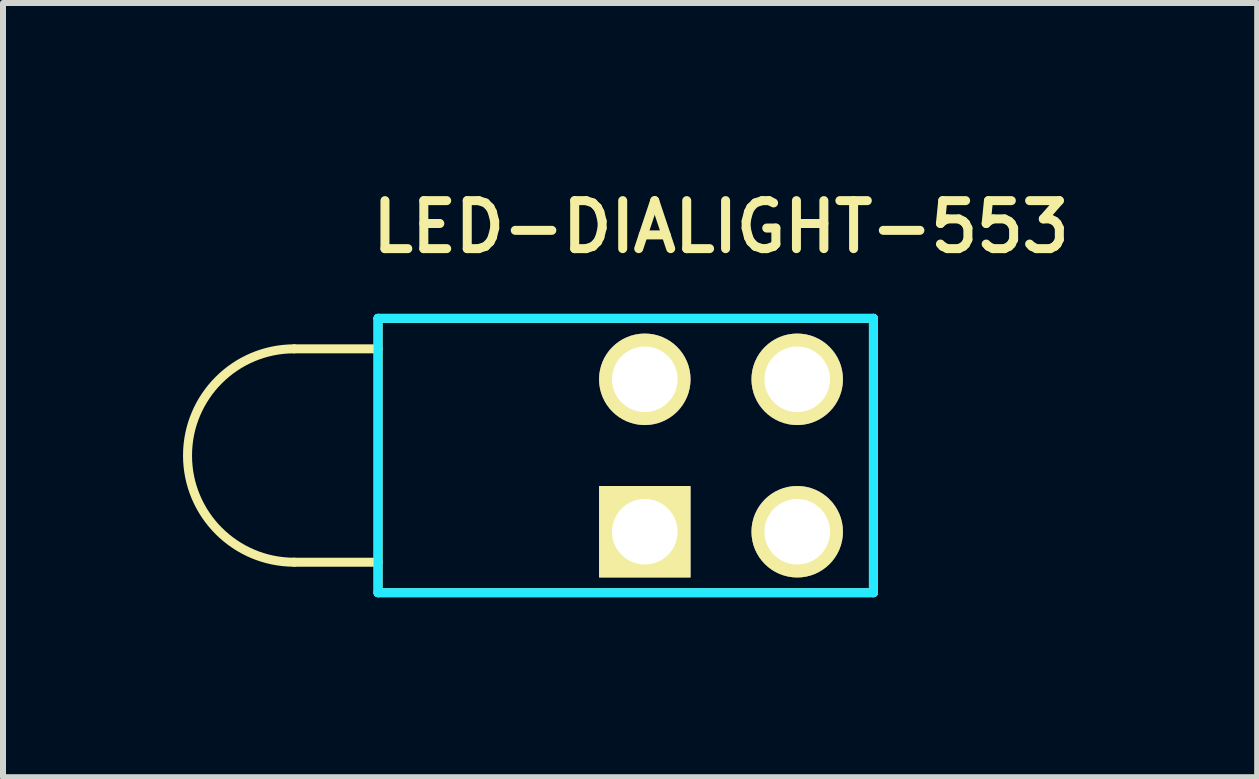
<source format=kicad_pcb>
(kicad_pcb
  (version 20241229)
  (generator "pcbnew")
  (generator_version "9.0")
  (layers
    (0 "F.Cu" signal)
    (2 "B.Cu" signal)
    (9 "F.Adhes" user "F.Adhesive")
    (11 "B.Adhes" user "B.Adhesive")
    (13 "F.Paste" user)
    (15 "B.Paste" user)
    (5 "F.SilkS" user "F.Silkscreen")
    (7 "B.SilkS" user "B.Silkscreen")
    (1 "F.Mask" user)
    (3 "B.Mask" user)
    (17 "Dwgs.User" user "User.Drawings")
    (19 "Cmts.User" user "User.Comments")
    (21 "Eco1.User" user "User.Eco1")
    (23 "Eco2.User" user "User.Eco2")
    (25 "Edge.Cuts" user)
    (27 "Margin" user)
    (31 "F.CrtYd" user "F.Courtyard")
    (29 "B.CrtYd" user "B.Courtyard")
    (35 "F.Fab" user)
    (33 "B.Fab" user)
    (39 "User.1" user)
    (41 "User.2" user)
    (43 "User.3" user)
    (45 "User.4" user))
  (footprint "LED-DIALIGHT-553"
    (layer "F.Cu")
    (at 8.965 4.541)
    (property "Reference" "LED-DIALIGHT-553" (at 0 -3.81 0) (layer "F.SilkS") (effects (font (size 0.8 0.8) (thickness 0.15))))
    (attr through_hole)
    (fp_line (start -5.715 -2.286) (end 2.54 -2.286) (stroke (width 0.15) (type solid)) (layer "F.SilkS"))
    (fp_line (start -5.715 -1.778) (end -7.112 -1.778) (stroke (width 0.15) (type solid)) (layer "F.SilkS"))
    (fp_line (start -5.715 1.778) (end -7.112 1.778) (stroke (width 0.15) (type solid)) (layer "F.SilkS"))
    (fp_line (start -5.715 2.286) (end -5.715 -2.286) (stroke (width 0.15) (type solid)) (layer "F.SilkS"))
    (fp_line (start 2.54 -2.286) (end 2.54 2.286) (stroke (width 0.15) (type solid)) (layer "F.SilkS"))
    (fp_line (start 2.54 2.286) (end -5.715 2.286) (stroke (width 0.15) (type solid)) (layer "F.SilkS"))
    (fp_arc (start -7.112 1.778) (mid -8.89 0) (end -7.112 -1.778) (stroke (width 0.15) (type solid)) (layer "F.SilkS"))
    (fp_line (start -5.715 -2.286) (end 2.54 -2.286) (stroke (width 0.15) (type solid)) (layer "B.CrtYd"))
    (fp_line (start -5.715 2.286) (end -5.715 -2.286) (stroke (width 0.15) (type solid)) (layer "B.CrtYd"))
    (fp_line (start -5.715 2.286) (end 2.54 2.286) (stroke (width 0.15) (type solid)) (layer "B.CrtYd"))
    (fp_line (start 2.54 2.286) (end 2.54 -2.286) (stroke (width 0.15) (type solid)) (layer "B.CrtYd"))
    (pad "1" thru_hole rect (at -1.27 1.27 180) (size 1.524 1.524) (drill 1.092) (layers "*.Cu" "*.Mask" "F.SilkS"))
    (pad "2" thru_hole circle (at -1.27 -1.27 180) (size 1.524 1.524) (drill 1.092) (layers "*.Cu" "*.Mask" "F.SilkS"))
    (pad "3" thru_hole circle (at 1.27 1.27 180) (size 1.524 1.524) (drill 1.092) (layers "*.Cu" "*.Mask" "F.SilkS"))
    (pad "4" thru_hole circle (at 1.27 -1.27 180) (size 1.524 1.524) (drill 1.092) (layers "*.Cu" "*.Mask" "F.SilkS")))
  (gr_rect
    (start -3 -3)
    (end 17.9 9.902)
    (stroke (width 0.1) (type default))
    (fill no)
    (layer "Edge.Cuts")))
</source>
